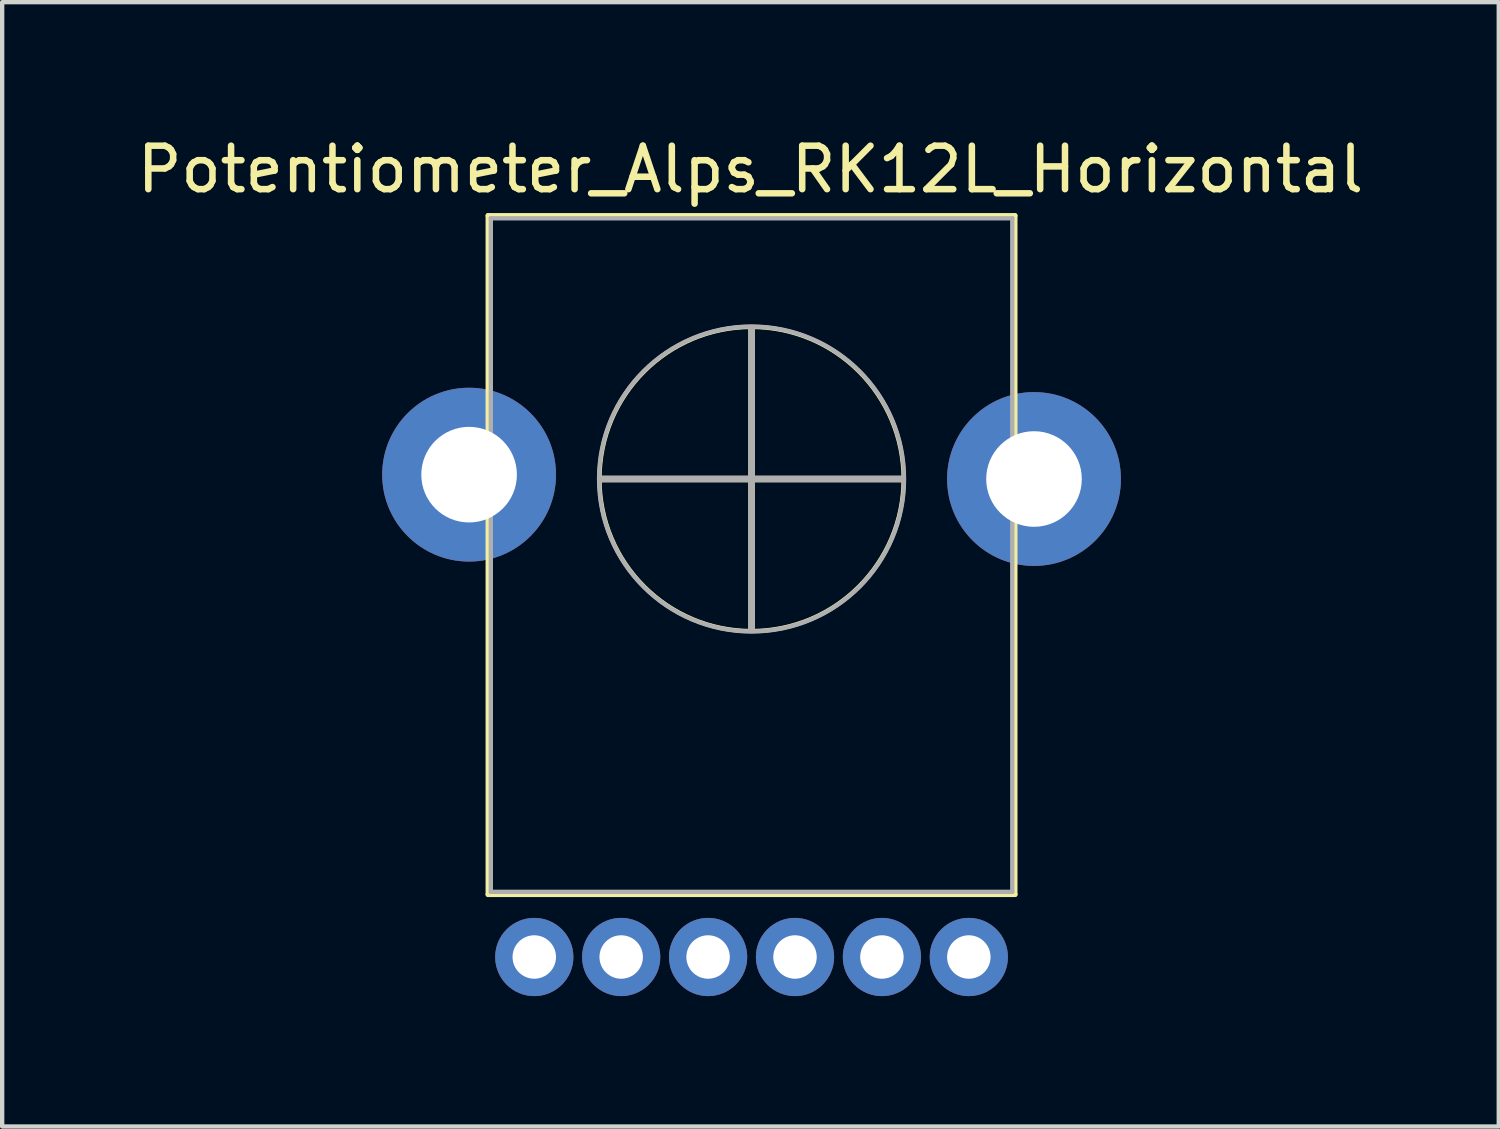
<source format=kicad_pcb>
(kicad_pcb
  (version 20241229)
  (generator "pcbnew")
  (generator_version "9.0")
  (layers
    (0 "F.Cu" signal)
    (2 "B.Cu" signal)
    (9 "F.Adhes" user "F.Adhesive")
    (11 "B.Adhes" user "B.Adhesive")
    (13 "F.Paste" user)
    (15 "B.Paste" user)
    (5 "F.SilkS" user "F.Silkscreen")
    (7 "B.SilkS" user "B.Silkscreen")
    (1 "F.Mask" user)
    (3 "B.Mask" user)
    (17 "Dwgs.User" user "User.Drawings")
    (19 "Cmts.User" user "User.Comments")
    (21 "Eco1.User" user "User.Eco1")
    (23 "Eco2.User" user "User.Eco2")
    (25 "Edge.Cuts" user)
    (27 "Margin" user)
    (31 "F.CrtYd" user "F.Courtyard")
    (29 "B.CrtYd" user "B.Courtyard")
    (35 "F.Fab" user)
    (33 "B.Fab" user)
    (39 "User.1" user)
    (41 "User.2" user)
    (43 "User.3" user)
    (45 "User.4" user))
  (footprint "Potentiometer_Alps_RK12L_Horizontal"
    (layer "F.Cu")
    (at 14.22 7.948)
    (property "Reference" "Potentiometer_Alps_RK12L_Horizontal" (at 0 -7.1 180) (layer "F.SilkS") (effects (font (size 1 1) (thickness 0.15))))
    (attr through_hole)
    (fp_line (start -6.036 -6.035) (end 6.085 -6.035) (stroke (width 0.12) (type solid)) (layer "F.SilkS"))
    (fp_line (start -6.036 9.585) (end -6.036 -6.035) (stroke (width 0.12) (type solid)) (layer "F.SilkS"))
    (fp_line (start -3.425 0.025) (end 3.475 0.025) (stroke (width 0.15) (type solid)) (layer "F.SilkS"))
    (fp_line (start 0.025 3.475) (end 0.025 -3.425) (stroke (width 0.15) (type solid)) (layer "F.SilkS"))
    (fp_line (start 6.085 9.585) (end 6.085 -6.035) (stroke (width 0.12) (type solid)) (layer "F.SilkS"))
    (fp_line (start 6.086 9.585) (end -6.036 9.585) (stroke (width 0.12) (type solid)) (layer "F.SilkS"))
    (fp_circle (center 0.025 0.025) (end 3.525 0.025) (stroke (width 0.1) (type solid)) (fill no) (layer "F.SilkS"))
    (fp_line (start -5.975 -5.975) (end -5.975 9.525) (stroke (width 0.1) (type solid)) (layer "F.Fab"))
    (fp_line (start -3.425 0.025) (end 3.475 0.025) (stroke (width 0.15) (type solid)) (layer "F.Fab"))
    (fp_line (start 0.025 3.475) (end 0.025 -3.425) (stroke (width 0.15) (type solid)) (layer "F.Fab"))
    (fp_line (start 6.025 -5.975) (end -5.975 -5.975) (stroke (width 0.1) (type solid)) (layer "F.Fab"))
    (fp_line (start 6.025 9.525) (end -5.975 9.525) (stroke (width 0.1) (type solid)) (layer "F.Fab"))
    (fp_line (start 6.025 9.525) (end 6.025 -5.975) (stroke (width 0.1) (type solid)) (layer "F.Fab"))
    (fp_circle (center 0.025 0.025) (end 3.525 -0.225) (stroke (width 0.1) (type solid)) (fill no) (layer "F.Fab"))
    (pad "" np_thru_hole circle (at -6.475 -0.075 90) (size 4 4) (drill 2.2) (layers "*.Cu" "*.Mask"))
    (pad "" np_thru_hole circle (at 6.525 0.025 90) (size 4 4) (drill 2.2) (layers "*.Cu" "*.Mask"))
    (pad "1" thru_hole circle (at -2.975 11.025 90) (size 1.8 1.8) (drill 1) (layers "*.Cu" "*.Mask"))
    (pad "2" thru_hole circle (at 5.025 11.025 90) (size 1.8 1.8) (drill 1) (layers "*.Cu" "*.Mask"))
    (pad "3" thru_hole circle (at -4.975 11.025 90) (size 1.8 1.8) (drill 1) (layers "*.Cu" "*.Mask"))
    (pad "4" thru_hole circle (at -0.975 11.025 90) (size 1.8 1.8) (drill 1) (layers "*.Cu" "*.Mask"))
    (pad "5" thru_hole circle (at 3.025 11.025 90) (size 1.8 1.8) (drill 1) (layers "*.Cu" "*.Mask"))
    (pad "6" thru_hole circle (at 1.025 11.025 90) (size 1.8 1.8) (drill 1) (layers "*.Cu" "*.Mask")))
  (gr_rect
    (start -3 -3)
    (end 31.44 22.873)
    (stroke (width 0.1) (type default))
    (fill no)
    (layer "Edge.Cuts")))
</source>
